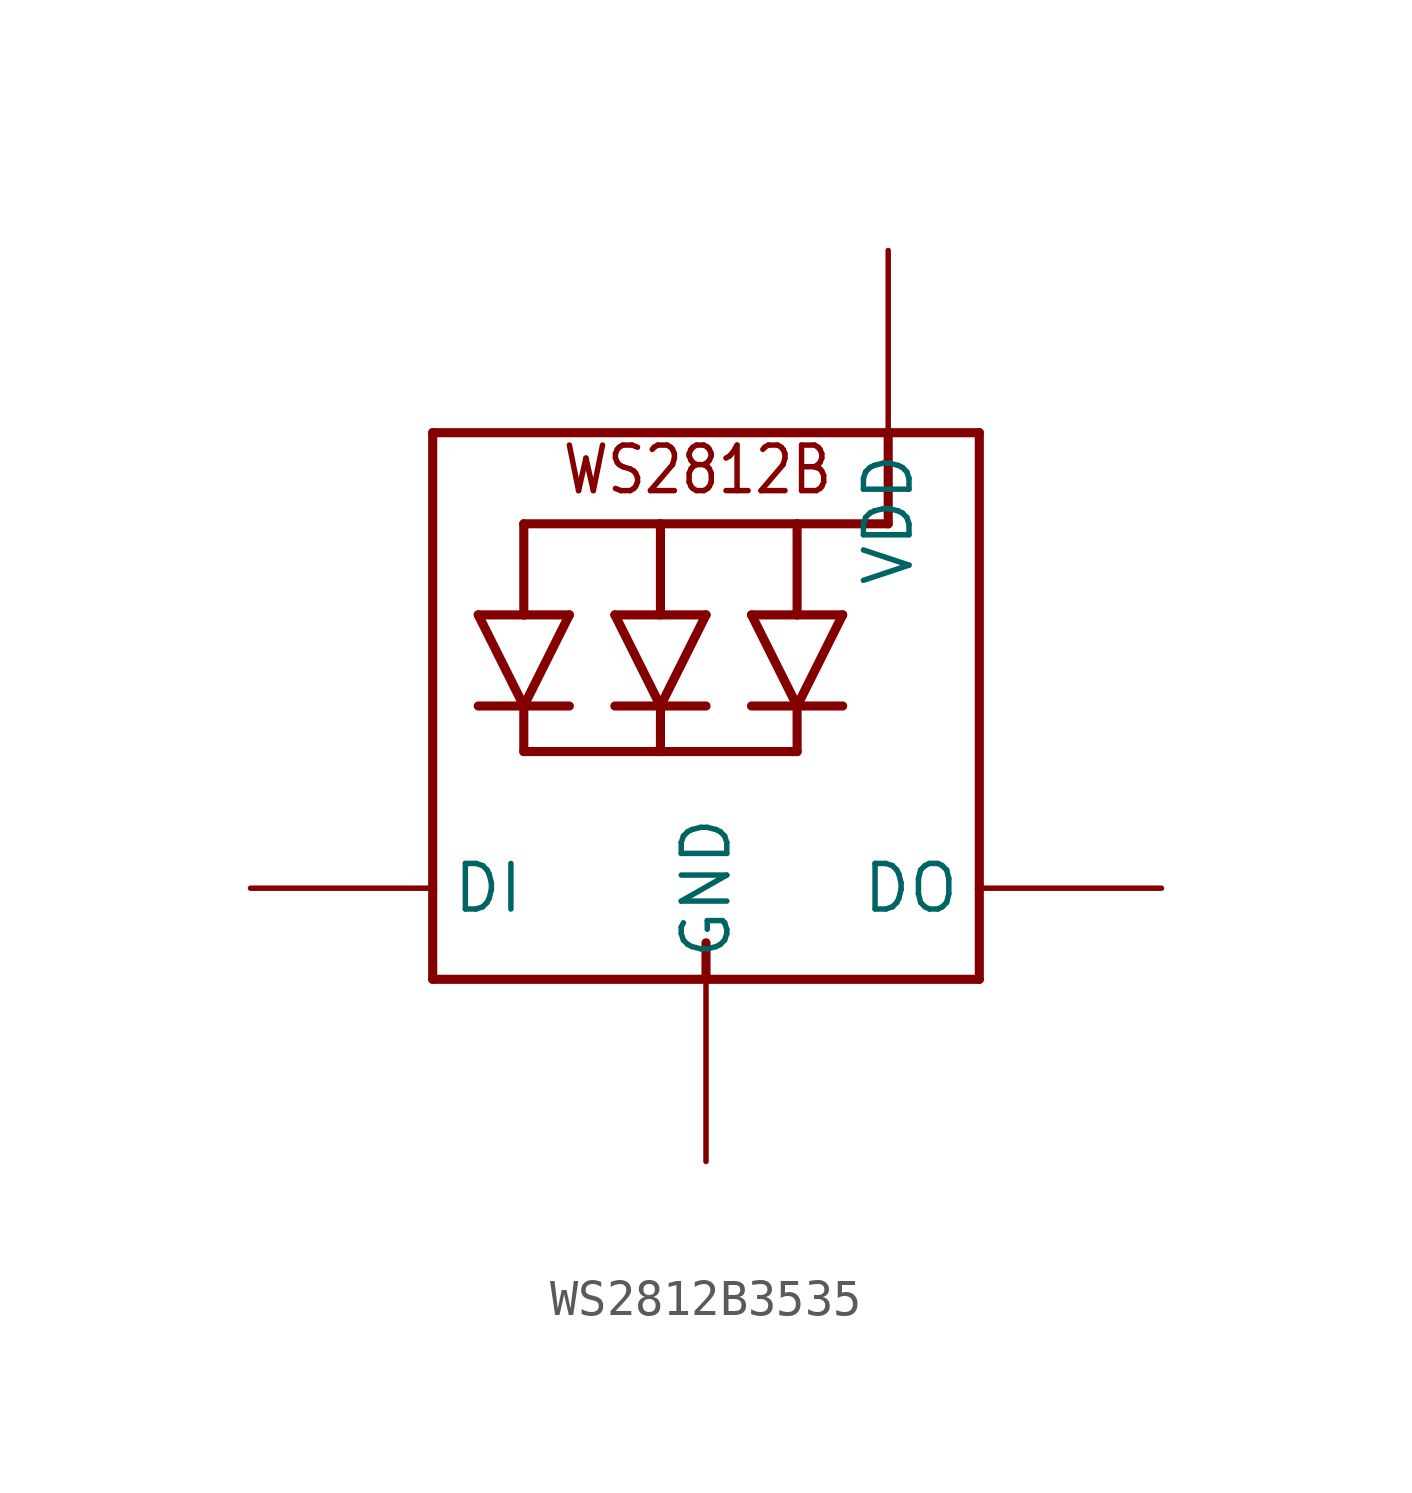
<source format=kicad_sym>
(kicad_symbol_lib
  (version 20231120)
  (generator "kicad_symbol_editor")
  (generator_version "8.0")
  (symbol "WS2812B3535"
    (property "Reference" "LED"
      (at 0 0 0)
      (effects (font (size 1.27 1.27)) (hide yes)))
    (property "ki_locked" ""
      (at 0 0 0)
      (effects (font (size 1.27 1.27))))
    (symbol "WS2812B3535_1_0"
      (polyline (pts (xy -7.62 -5.08) (xy 0 -5.08)) (stroke (width 0.254) (type solid)) (fill (type none)))
      (polyline (pts (xy -7.62 -2.54) (xy -7.62 -5.08)) (stroke (width 0.254) (type solid)) (fill (type none)))
      (polyline (pts (xy -7.62 10.16) (xy -7.62 -2.54)) (stroke (width 0.254) (type solid)) (fill (type none)))
      (polyline (pts (xy -6.35 2.54) (xy -5.08 2.54)) (stroke (width 0.254) (type solid)) (fill (type none)))
      (polyline (pts (xy -6.35 5.08) (xy -5.08 5.08)) (stroke (width 0.254) (type solid)) (fill (type none)))
      (polyline (pts (xy -5.08 2.54) (xy -6.35 5.08)) (stroke (width 0.254) (type solid)) (fill (type none)))
      (polyline (pts (xy -5.08 2.54) (xy -5.08 1.27)) (stroke (width 0.254) (type solid)) (fill (type none)))
      (polyline (pts (xy -5.08 2.54) (xy -3.81 5.08)) (stroke (width 0.254) (type solid)) (fill (type none)))
      (polyline (pts (xy -5.08 5.08) (xy -3.81 5.08)) (stroke (width 0.254) (type solid)) (fill (type none)))
      (polyline (pts (xy -5.08 7.62) (xy -5.08 5.08)) (stroke (width 0.254) (type solid)) (fill (type none)))
      (polyline (pts (xy -3.81 2.54) (xy -5.08 2.54)) (stroke (width 0.254) (type solid)) (fill (type none)))
      (polyline (pts (xy -2.54 2.54) (xy -1.27 2.54)) (stroke (width 0.254) (type solid)) (fill (type none)))
      (polyline (pts (xy -2.54 5.08) (xy 0 5.08)) (stroke (width 0.254) (type solid)) (fill (type none)))
      (polyline (pts (xy -1.27 1.27) (xy -5.08 1.27)) (stroke (width 0.254) (type solid)) (fill (type none)))
      (polyline (pts (xy -1.27 2.54) (xy -2.54 5.08)) (stroke (width 0.254) (type solid)) (fill (type none)))
      (polyline (pts (xy -1.27 2.54) (xy -1.27 1.27)) (stroke (width 0.254) (type solid)) (fill (type none)))
      (polyline (pts (xy -1.27 2.54) (xy 0 2.54)) (stroke (width 0.254) (type solid)) (fill (type none)))
      (polyline (pts (xy -1.27 5.08) (xy -1.27 7.62)) (stroke (width 0.254) (type solid)) (fill (type none)))
      (polyline (pts (xy -1.27 7.62) (xy -5.08 7.62)) (stroke (width 0.254) (type solid)) (fill (type none)))
      (polyline (pts (xy 0 -5.08) (xy 7.62 -5.08)) (stroke (width 0.254) (type solid)) (fill (type none)))
      (polyline (pts (xy 0 -4.064) (xy 0 -5.08)) (stroke (width 0.254) (type solid)) (fill (type none)))
      (polyline (pts (xy 0 5.08) (xy -1.27 2.54)) (stroke (width 0.254) (type solid)) (fill (type none)))
      (polyline (pts (xy 1.27 5.08) (xy 2.54 2.54)) (stroke (width 0.254) (type solid)) (fill (type none)))
      (polyline (pts (xy 1.27 5.08) (xy 2.54 5.08)) (stroke (width 0.254) (type solid)) (fill (type none)))
      (polyline (pts (xy 2.54 1.27) (xy -1.27 1.27)) (stroke (width 0.254) (type solid)) (fill (type none)))
      (polyline (pts (xy 2.54 2.54) (xy 1.27 2.54)) (stroke (width 0.254) (type solid)) (fill (type none)))
      (polyline (pts (xy 2.54 2.54) (xy 2.54 1.27)) (stroke (width 0.254) (type solid)) (fill (type none)))
      (polyline (pts (xy 2.54 2.54) (xy 3.81 2.54)) (stroke (width 0.254) (type solid)) (fill (type none)))
      (polyline (pts (xy 2.54 2.54) (xy 3.81 5.08)) (stroke (width 0.254) (type solid)) (fill (type none)))
      (polyline (pts (xy 2.54 5.08) (xy 2.54 7.62)) (stroke (width 0.254) (type solid)) (fill (type none)))
      (polyline (pts (xy 2.54 7.62) (xy -1.27 7.62)) (stroke (width 0.254) (type solid)) (fill (type none)))
      (polyline (pts (xy 2.54 7.62) (xy 5.08 7.62)) (stroke (width 0.254) (type solid)) (fill (type none)))
      (polyline (pts (xy 3.81 5.08) (xy 2.54 5.08)) (stroke (width 0.254) (type solid)) (fill (type none)))
      (polyline (pts (xy 5.08 10.16) (xy -7.62 10.16)) (stroke (width 0.254) (type solid)) (fill (type none)))
      (polyline (pts (xy 5.08 10.16) (xy 5.08 7.62)) (stroke (width 0.254) (type solid)) (fill (type none)))
      (polyline (pts (xy 7.62 -5.08) (xy 7.62 -2.54)) (stroke (width 0.254) (type solid)) (fill (type none)))
      (polyline (pts (xy 7.62 -2.54) (xy 7.62 10.16)) (stroke (width 0.254) (type solid)) (fill (type none)))
      (polyline (pts (xy 7.62 10.16) (xy 5.08 10.16)) (stroke (width 0.254) (type solid)) (fill (type none)))
      (text "WS2812B" (at -4.064 8.382 0) (effects (font (size 1.27 1.079)) (justify left bottom)))
      (pin input line (at -12.7 -2.54 0) (length 5.08) (name "DI" (effects (font (size 1.27 1.27)))) (number "1" (effects (font (size 0 0)))))
      (pin power_in line (at 5.08 15.24 270) (length 5.08) (name "VDD" (effects (font (size 1.27 1.27)))) (number "2" (effects (font (size 0 0)))))
      (pin output line (at 12.7 -2.54 180) (length 5.08) (name "DO" (effects (font (size 1.27 1.27)))) (number "3" (effects (font (size 0 0)))))
      (pin power_in line (at 0 -10.16 90) (length 5.08) (name "GND" (effects (font (size 1.27 1.27)))) (number "4" (effects (font (size 0 0))))))))
</source>
